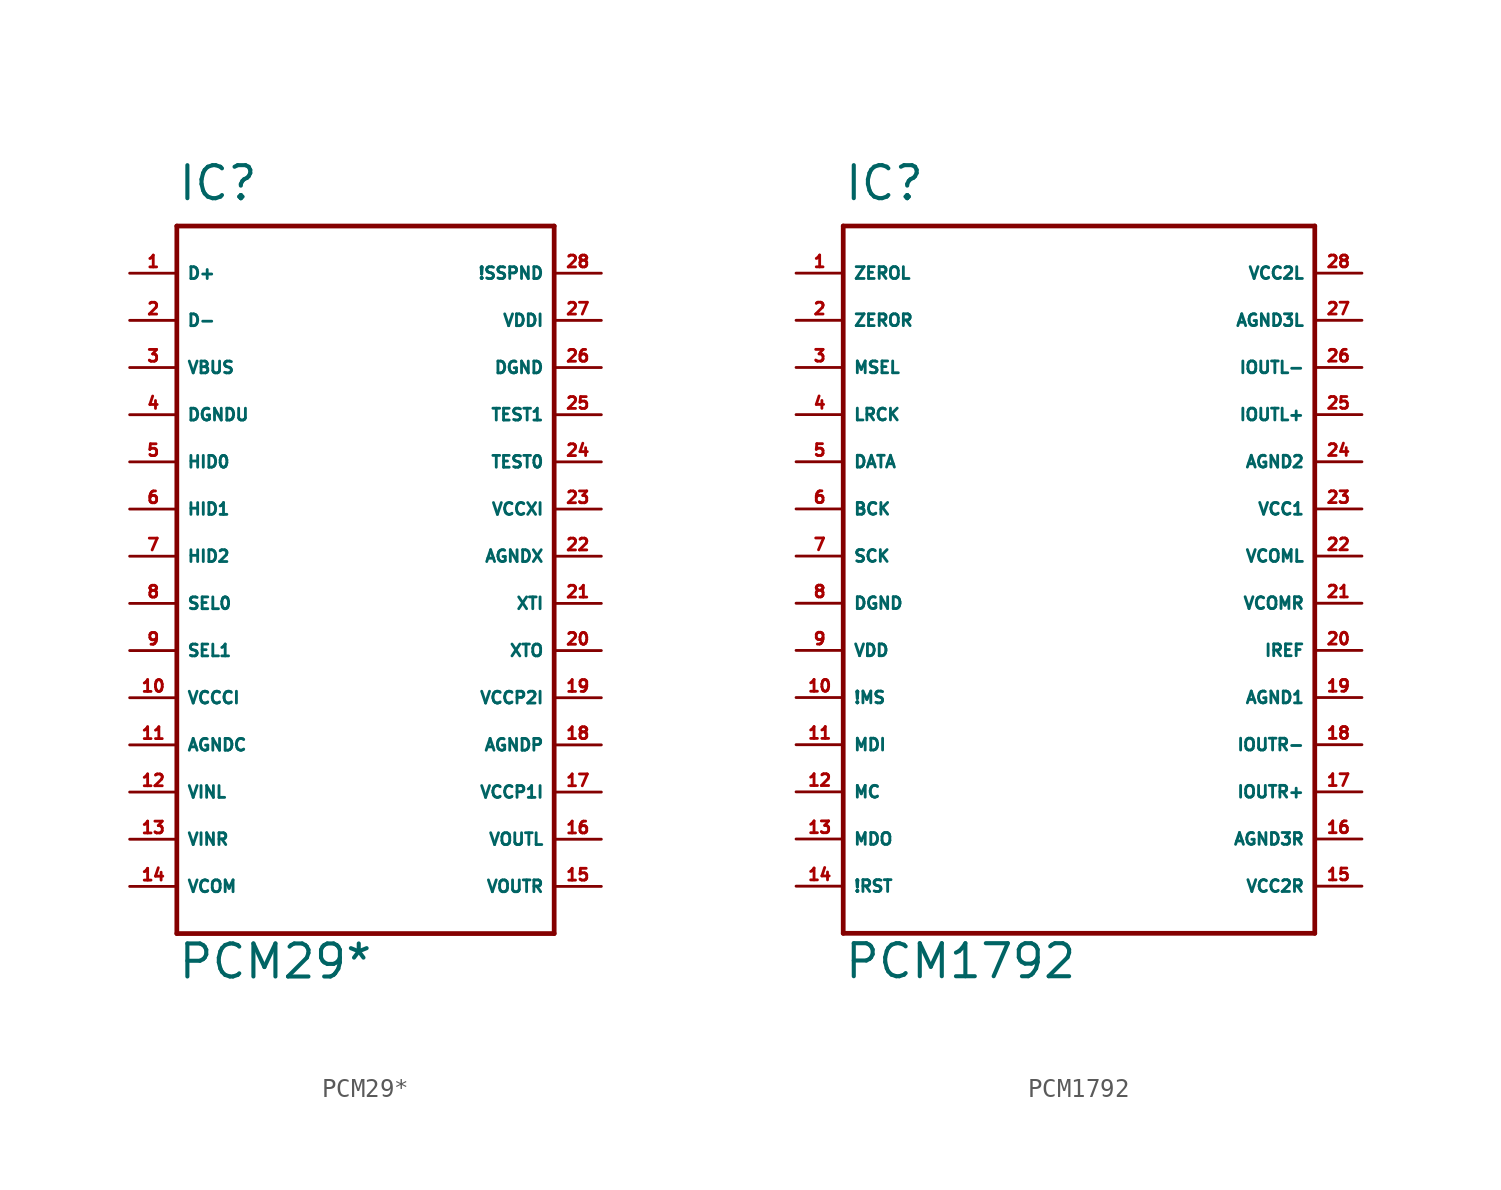
<source format=kicad_sym>
(kicad_symbol_lib
  (version 20220914)
  (generator Eagle2Kicad)
  (symbol "PCM29*"
    (property "Reference" "IC"
      (at -10.16 19.05 0)
      (effects (font (size 1.778 1.778) (thickness 0.22)) (justify left bottom)))
    (property "Value" "PCM29*"
      (at -10.16 -22.86 0)
      (effects (font (size 1.778 1.778) (thickness 0.22)) (justify left bottom)))
    (polyline
      (pts (xy -10.16 17.78) (xy 10.16 17.78))
      (stroke (width 0.254) (type default))
      (fill (type none)))
    (polyline
      (pts (xy 10.16 17.78) (xy 10.16 -20.32))
      (stroke (width 0.254) (type default))
      (fill (type none)))
    (polyline
      (pts (xy 10.16 -20.32) (xy -10.16 -20.32))
      (stroke (width 0.254) (type default))
      (fill (type none)))
    (polyline
      (pts (xy -10.16 -20.32) (xy -10.16 17.78))
      (stroke (width 0.254) (type default))
      (fill (type none)))
    (pin bidirectional line
      (at -12.7 15.24 0)
      (length 2.54)
      (name "D+" (effects (font (size 0.635 0.635) (thickness 0.08)) (justify left bottom)))
      (number "1" (effects (font (size 0.635 0.635) (thickness 0.08)) (justify left bottom))))
    (pin bidirectional line
      (at -12.7 12.7 0)
      (length 2.54)
      (name "D-" (effects (font (size 0.635 0.635) (thickness 0.08)) (justify left bottom)))
      (number "2" (effects (font (size 0.635 0.635) (thickness 0.08)) (justify left bottom))))
    (pin unspecified line
      (at -12.7 10.16 0)
      (length 2.54)
      (name "VBUS" (effects (font (size 0.635 0.635) (thickness 0.08)) (justify left bottom)))
      (number "3" (effects (font (size 0.635 0.635) (thickness 0.08)) (justify left bottom))))
    (pin unspecified line
      (at -12.7 7.62 0)
      (length 2.54)
      (name "DGNDU" (effects (font (size 0.635 0.635) (thickness 0.08)) (justify left bottom)))
      (number "4" (effects (font (size 0.635 0.635) (thickness 0.08)) (justify left bottom))))
    (pin input line
      (at -12.7 5.08 0)
      (length 2.54)
      (name "HID0" (effects (font (size 0.635 0.635) (thickness 0.08)) (justify left bottom)))
      (number "5" (effects (font (size 0.635 0.635) (thickness 0.08)) (justify left bottom))))
    (pin input line
      (at -12.7 2.54 0)
      (length 2.54)
      (name "HID1" (effects (font (size 0.635 0.635) (thickness 0.08)) (justify left bottom)))
      (number "6" (effects (font (size 0.635 0.635) (thickness 0.08)) (justify left bottom))))
    (pin input line
      (at -12.7 0 0)
      (length 2.54)
      (name "HID2" (effects (font (size 0.635 0.635) (thickness 0.08)) (justify left bottom)))
      (number "7" (effects (font (size 0.635 0.635) (thickness 0.08)) (justify left bottom))))
    (pin input line
      (at -12.7 -2.54 0)
      (length 2.54)
      (name "SEL0" (effects (font (size 0.635 0.635) (thickness 0.08)) (justify left bottom)))
      (number "8" (effects (font (size 0.635 0.635) (thickness 0.08)) (justify left bottom))))
    (pin input line
      (at -12.7 -5.08 0)
      (length 2.54)
      (name "SEL1" (effects (font (size 0.635 0.635) (thickness 0.08)) (justify left bottom)))
      (number "9" (effects (font (size 0.635 0.635) (thickness 0.08)) (justify left bottom))))
    (pin unspecified line
      (at -12.7 -7.62 0)
      (length 2.54)
      (name "VCCCI" (effects (font (size 0.635 0.635) (thickness 0.08)) (justify left bottom)))
      (number "10" (effects (font (size 0.635 0.635) (thickness 0.08)) (justify left bottom))))
    (pin unspecified line
      (at -12.7 -10.16 0)
      (length 2.54)
      (name "AGNDC" (effects (font (size 0.635 0.635) (thickness 0.08)) (justify left bottom)))
      (number "11" (effects (font (size 0.635 0.635) (thickness 0.08)) (justify left bottom))))
    (pin input line
      (at -12.7 -12.7 0)
      (length 2.54)
      (name "VINL" (effects (font (size 0.635 0.635) (thickness 0.08)) (justify left bottom)))
      (number "12" (effects (font (size 0.635 0.635) (thickness 0.08)) (justify left bottom))))
    (pin input line
      (at -12.7 -15.24 0)
      (length 2.54)
      (name "VINR" (effects (font (size 0.635 0.635) (thickness 0.08)) (justify left bottom)))
      (number "13" (effects (font (size 0.635 0.635) (thickness 0.08)) (justify left bottom))))
    (pin unspecified line
      (at -12.7 -17.78 0)
      (length 2.54)
      (name "VCOM" (effects (font (size 0.635 0.635) (thickness 0.08)) (justify left bottom)))
      (number "14" (effects (font (size 0.635 0.635) (thickness 0.08)) (justify left bottom))))
    (pin output line
      (at 12.7 -17.78 180)
      (length 2.54)
      (name "VOUTR" (effects (font (size 0.635 0.635) (thickness 0.08)) (justify left bottom)))
      (number "15" (effects (font (size 0.635 0.635) (thickness 0.08)) (justify left bottom))))
    (pin output line
      (at 12.7 -15.24 180)
      (length 2.54)
      (name "VOUTL" (effects (font (size 0.635 0.635) (thickness 0.08)) (justify left bottom)))
      (number "16" (effects (font (size 0.635 0.635) (thickness 0.08)) (justify left bottom))))
    (pin input line
      (at 12.7 -12.7 180)
      (length 2.54)
      (name "VCCP1I" (effects (font (size 0.635 0.635) (thickness 0.08)) (justify left bottom)))
      (number "17" (effects (font (size 0.635 0.635) (thickness 0.08)) (justify left bottom))))
    (pin unspecified line
      (at 12.7 -10.16 180)
      (length 2.54)
      (name "AGNDP" (effects (font (size 0.635 0.635) (thickness 0.08)) (justify left bottom)))
      (number "18" (effects (font (size 0.635 0.635) (thickness 0.08)) (justify left bottom))))
    (pin unspecified line
      (at 12.7 -7.62 180)
      (length 2.54)
      (name "VCCP2I" (effects (font (size 0.635 0.635) (thickness 0.08)) (justify left bottom)))
      (number "19" (effects (font (size 0.635 0.635) (thickness 0.08)) (justify left bottom))))
    (pin output line
      (at 12.7 -5.08 180)
      (length 2.54)
      (name "XTO" (effects (font (size 0.635 0.635) (thickness 0.08)) (justify left bottom)))
      (number "20" (effects (font (size 0.635 0.635) (thickness 0.08)) (justify left bottom))))
    (pin input line
      (at 12.7 -2.54 180)
      (length 2.54)
      (name "XTI" (effects (font (size 0.635 0.635) (thickness 0.08)) (justify left bottom)))
      (number "21" (effects (font (size 0.635 0.635) (thickness 0.08)) (justify left bottom))))
    (pin unspecified line
      (at 12.7 0 180)
      (length 2.54)
      (name "AGNDX" (effects (font (size 0.635 0.635) (thickness 0.08)) (justify left bottom)))
      (number "22" (effects (font (size 0.635 0.635) (thickness 0.08)) (justify left bottom))))
    (pin unspecified line
      (at 12.7 2.54 180)
      (length 2.54)
      (name "VCCXI" (effects (font (size 0.635 0.635) (thickness 0.08)) (justify left bottom)))
      (number "23" (effects (font (size 0.635 0.635) (thickness 0.08)) (justify left bottom))))
    (pin input line
      (at 12.7 5.08 180)
      (length 2.54)
      (name "TEST0" (effects (font (size 0.635 0.635) (thickness 0.08)) (justify left bottom)))
      (number "24" (effects (font (size 0.635 0.635) (thickness 0.08)) (justify left bottom))))
    (pin output line
      (at 12.7 7.62 180)
      (length 2.54)
      (name "TEST1" (effects (font (size 0.635 0.635) (thickness 0.08)) (justify left bottom)))
      (number "25" (effects (font (size 0.635 0.635) (thickness 0.08)) (justify left bottom))))
    (pin unspecified line
      (at 12.7 10.16 180)
      (length 2.54)
      (name "DGND" (effects (font (size 0.635 0.635) (thickness 0.08)) (justify left bottom)))
      (number "26" (effects (font (size 0.635 0.635) (thickness 0.08)) (justify left bottom))))
    (pin unspecified line
      (at 12.7 12.7 180)
      (length 2.54)
      (name "VDDI" (effects (font (size 0.635 0.635) (thickness 0.08)) (justify left bottom)))
      (number "27" (effects (font (size 0.635 0.635) (thickness 0.08)) (justify left bottom))))
    (pin output line
      (at 12.7 15.24 180)
      (length 2.54)
      (name "!SSPND" (effects (font (size 0.635 0.635) (thickness 0.08)) (justify left bottom)))
      (number "28" (effects (font (size 0.635 0.635) (thickness 0.08)) (justify left bottom)))))
  (symbol "PCM1792"
    (property "Reference" "IC"
      (at -12.7 19.05 0)
      (effects (font (size 1.778 1.778) (thickness 0.22)) (justify left bottom)))
    (property "Value" "PCM1792"
      (at -12.7 -22.86 0)
      (effects (font (size 1.778 1.778) (thickness 0.22)) (justify left bottom)))
    (polyline
      (pts (xy -12.7 17.78) (xy 12.7 17.78))
      (stroke (width 0.254) (type default))
      (fill (type none)))
    (polyline
      (pts (xy 12.7 17.78) (xy 12.7 -20.32))
      (stroke (width 0.254) (type default))
      (fill (type none)))
    (polyline
      (pts (xy 12.7 -20.32) (xy -12.7 -20.32))
      (stroke (width 0.254) (type default))
      (fill (type none)))
    (polyline
      (pts (xy -12.7 -20.32) (xy -12.7 17.78))
      (stroke (width 0.254) (type default))
      (fill (type none)))
    (pin bidirectional line
      (at -15.24 15.24 0)
      (length 2.54)
      (name "ZEROL" (effects (font (size 0.635 0.635) (thickness 0.08)) (justify left bottom)))
      (number "1" (effects (font (size 0.635 0.635) (thickness 0.08)) (justify left bottom))))
    (pin bidirectional line
      (at -15.24 12.7 0)
      (length 2.54)
      (name "ZEROR" (effects (font (size 0.635 0.635) (thickness 0.08)) (justify left bottom)))
      (number "2" (effects (font (size 0.635 0.635) (thickness 0.08)) (justify left bottom))))
    (pin input line
      (at -15.24 10.16 0)
      (length 2.54)
      (name "MSEL" (effects (font (size 0.635 0.635) (thickness 0.08)) (justify left bottom)))
      (number "3" (effects (font (size 0.635 0.635) (thickness 0.08)) (justify left bottom))))
    (pin input line
      (at -15.24 7.62 0)
      (length 2.54)
      (name "LRCK" (effects (font (size 0.635 0.635) (thickness 0.08)) (justify left bottom)))
      (number "4" (effects (font (size 0.635 0.635) (thickness 0.08)) (justify left bottom))))
    (pin input line
      (at -15.24 5.08 0)
      (length 2.54)
      (name "DATA" (effects (font (size 0.635 0.635) (thickness 0.08)) (justify left bottom)))
      (number "5" (effects (font (size 0.635 0.635) (thickness 0.08)) (justify left bottom))))
    (pin input line
      (at -15.24 2.54 0)
      (length 2.54)
      (name "BCK" (effects (font (size 0.635 0.635) (thickness 0.08)) (justify left bottom)))
      (number "6" (effects (font (size 0.635 0.635) (thickness 0.08)) (justify left bottom))))
    (pin input line
      (at -15.24 0 0)
      (length 2.54)
      (name "SCK" (effects (font (size 0.635 0.635) (thickness 0.08)) (justify left bottom)))
      (number "7" (effects (font (size 0.635 0.635) (thickness 0.08)) (justify left bottom))))
    (pin input line
      (at -15.24 -2.54 0)
      (length 2.54)
      (name "DGND" (effects (font (size 0.635 0.635) (thickness 0.08)) (justify left bottom)))
      (number "8" (effects (font (size 0.635 0.635) (thickness 0.08)) (justify left bottom))))
    (pin input line
      (at -15.24 -5.08 0)
      (length 2.54)
      (name "VDD" (effects (font (size 0.635 0.635) (thickness 0.08)) (justify left bottom)))
      (number "9" (effects (font (size 0.635 0.635) (thickness 0.08)) (justify left bottom))))
    (pin bidirectional line
      (at -15.24 -7.62 0)
      (length 2.54)
      (name "!MS" (effects (font (size 0.635 0.635) (thickness 0.08)) (justify left bottom)))
      (number "10" (effects (font (size 0.635 0.635) (thickness 0.08)) (justify left bottom))))
    (pin input line
      (at -15.24 -10.16 0)
      (length 2.54)
      (name "MDI" (effects (font (size 0.635 0.635) (thickness 0.08)) (justify left bottom)))
      (number "11" (effects (font (size 0.635 0.635) (thickness 0.08)) (justify left bottom))))
    (pin input line
      (at -15.24 -12.7 0)
      (length 2.54)
      (name "MC" (effects (font (size 0.635 0.635) (thickness 0.08)) (justify left bottom)))
      (number "12" (effects (font (size 0.635 0.635) (thickness 0.08)) (justify left bottom))))
    (pin bidirectional line
      (at -15.24 -15.24 0)
      (length 2.54)
      (name "MDO" (effects (font (size 0.635 0.635) (thickness 0.08)) (justify left bottom)))
      (number "13" (effects (font (size 0.635 0.635) (thickness 0.08)) (justify left bottom))))
    (pin input line
      (at -15.24 -17.78 0)
      (length 2.54)
      (name "!RST" (effects (font (size 0.635 0.635) (thickness 0.08)) (justify left bottom)))
      (number "14" (effects (font (size 0.635 0.635) (thickness 0.08)) (justify left bottom))))
    (pin input line
      (at 15.24 -17.78 180)
      (length 2.54)
      (name "VCC2R" (effects (font (size 0.635 0.635) (thickness 0.08)) (justify left bottom)))
      (number "15" (effects (font (size 0.635 0.635) (thickness 0.08)) (justify left bottom))))
    (pin input line
      (at 15.24 -15.24 180)
      (length 2.54)
      (name "AGND3R" (effects (font (size 0.635 0.635) (thickness 0.08)) (justify left bottom)))
      (number "16" (effects (font (size 0.635 0.635) (thickness 0.08)) (justify left bottom))))
    (pin output line
      (at 15.24 -12.7 180)
      (length 2.54)
      (name "IOUTR+" (effects (font (size 0.635 0.635) (thickness 0.08)) (justify left bottom)))
      (number "17" (effects (font (size 0.635 0.635) (thickness 0.08)) (justify left bottom))))
    (pin output line
      (at 15.24 -10.16 180)
      (length 2.54)
      (name "IOUTR-" (effects (font (size 0.635 0.635) (thickness 0.08)) (justify left bottom)))
      (number "18" (effects (font (size 0.635 0.635) (thickness 0.08)) (justify left bottom))))
    (pin input line
      (at 15.24 -7.62 180)
      (length 2.54)
      (name "AGND1" (effects (font (size 0.635 0.635) (thickness 0.08)) (justify left bottom)))
      (number "19" (effects (font (size 0.635 0.635) (thickness 0.08)) (justify left bottom))))
    (pin output line
      (at 15.24 -5.08 180)
      (length 2.54)
      (name "IREF" (effects (font (size 0.635 0.635) (thickness 0.08)) (justify left bottom)))
      (number "20" (effects (font (size 0.635 0.635) (thickness 0.08)) (justify left bottom))))
    (pin input line
      (at 15.24 -2.54 180)
      (length 2.54)
      (name "VCOMR" (effects (font (size 0.635 0.635) (thickness 0.08)) (justify left bottom)))
      (number "21" (effects (font (size 0.635 0.635) (thickness 0.08)) (justify left bottom))))
    (pin input line
      (at 15.24 0 180)
      (length 2.54)
      (name "VCOML" (effects (font (size 0.635 0.635) (thickness 0.08)) (justify left bottom)))
      (number "22" (effects (font (size 0.635 0.635) (thickness 0.08)) (justify left bottom))))
    (pin input line
      (at 15.24 2.54 180)
      (length 2.54)
      (name "VCC1" (effects (font (size 0.635 0.635) (thickness 0.08)) (justify left bottom)))
      (number "23" (effects (font (size 0.635 0.635) (thickness 0.08)) (justify left bottom))))
    (pin input line
      (at 15.24 5.08 180)
      (length 2.54)
      (name "AGND2" (effects (font (size 0.635 0.635) (thickness 0.08)) (justify left bottom)))
      (number "24" (effects (font (size 0.635 0.635) (thickness 0.08)) (justify left bottom))))
    (pin output line
      (at 15.24 7.62 180)
      (length 2.54)
      (name "IOUTL+" (effects (font (size 0.635 0.635) (thickness 0.08)) (justify left bottom)))
      (number "25" (effects (font (size 0.635 0.635) (thickness 0.08)) (justify left bottom))))
    (pin output line
      (at 15.24 10.16 180)
      (length 2.54)
      (name "IOUTL-" (effects (font (size 0.635 0.635) (thickness 0.08)) (justify left bottom)))
      (number "26" (effects (font (size 0.635 0.635) (thickness 0.08)) (justify left bottom))))
    (pin input line
      (at 15.24 12.7 180)
      (length 2.54)
      (name "AGND3L" (effects (font (size 0.635 0.635) (thickness 0.08)) (justify left bottom)))
      (number "27" (effects (font (size 0.635 0.635) (thickness 0.08)) (justify left bottom))))
    (pin input line
      (at 15.24 15.24 180)
      (length 2.54)
      (name "VCC2L" (effects (font (size 0.635 0.635) (thickness 0.08)) (justify left bottom)))
      (number "28" (effects (font (size 0.635 0.635) (thickness 0.08)) (justify left bottom))))))
</source>
